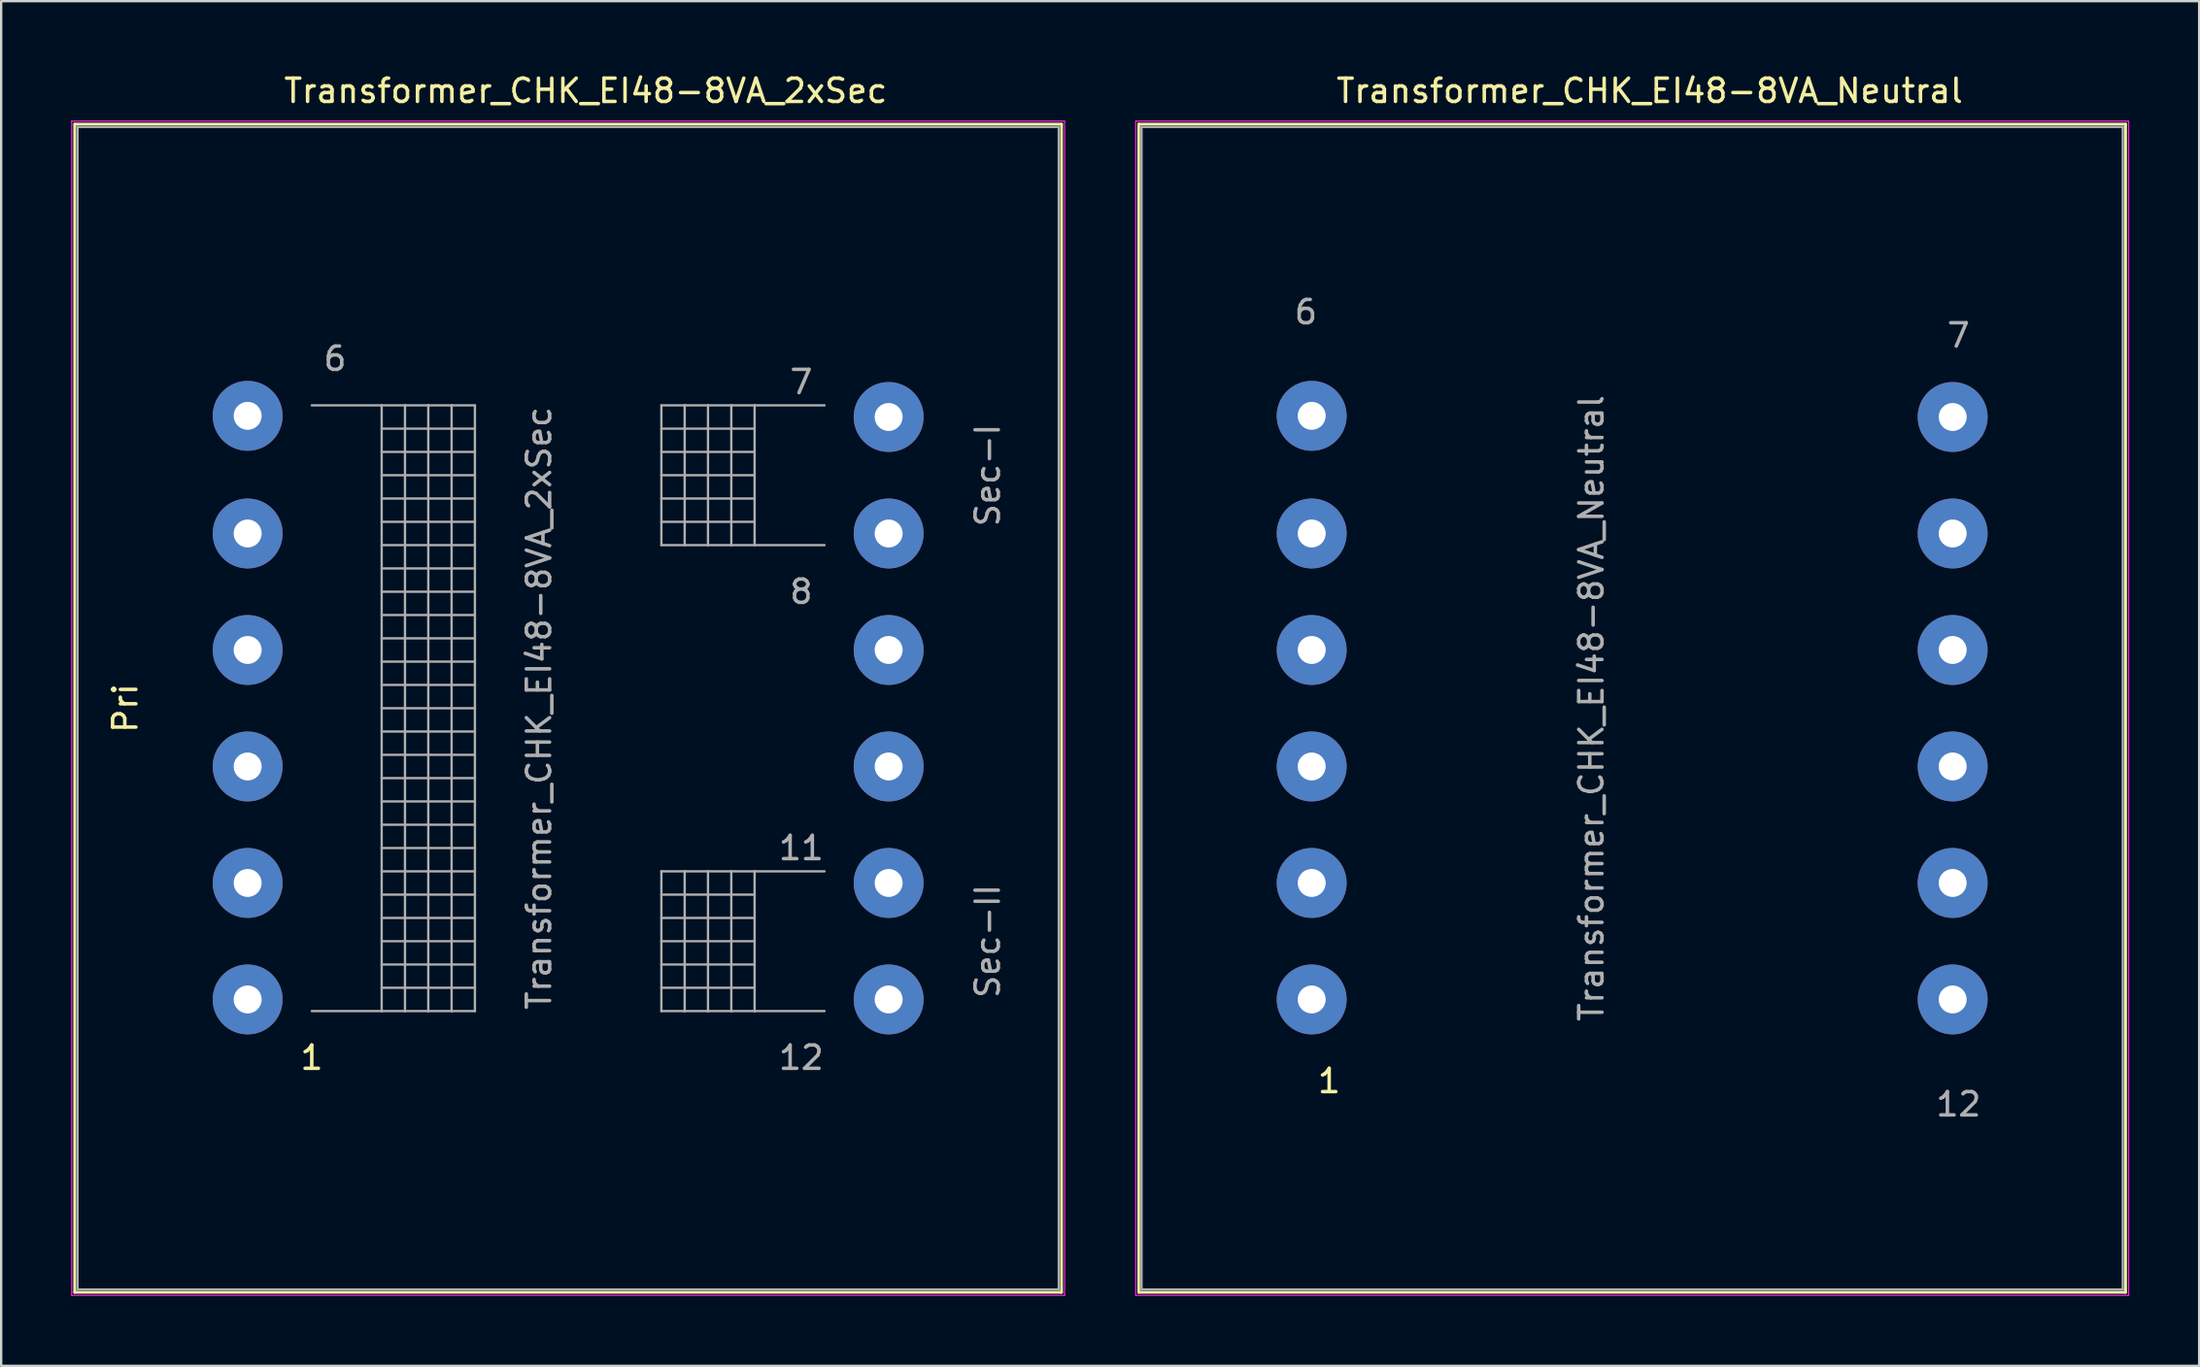
<source format=kicad_pcb>
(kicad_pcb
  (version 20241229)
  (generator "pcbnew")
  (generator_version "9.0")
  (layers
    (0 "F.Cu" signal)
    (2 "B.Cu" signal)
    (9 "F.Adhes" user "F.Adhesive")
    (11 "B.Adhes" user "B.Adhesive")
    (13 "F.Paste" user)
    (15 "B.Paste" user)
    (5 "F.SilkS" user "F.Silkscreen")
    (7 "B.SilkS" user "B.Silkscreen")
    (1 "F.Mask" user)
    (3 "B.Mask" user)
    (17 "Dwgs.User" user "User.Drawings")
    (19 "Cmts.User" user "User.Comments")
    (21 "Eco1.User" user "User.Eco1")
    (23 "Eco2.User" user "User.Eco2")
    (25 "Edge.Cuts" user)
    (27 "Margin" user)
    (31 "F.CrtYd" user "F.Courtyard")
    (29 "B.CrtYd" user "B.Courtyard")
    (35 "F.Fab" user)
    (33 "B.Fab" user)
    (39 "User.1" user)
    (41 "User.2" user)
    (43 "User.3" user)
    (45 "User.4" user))
  (footprint "Transformer_CHK_EI48-8VA_2xSec"
    (layer "F.Cu")
    (at 7.575 39.848)
    (property "Reference" "Transformer_CHK_EI48-8VA_2xSec" (at 14.5 -39 0) (layer "F.SilkS") (effects (font (size 1 1) (thickness 0.15))))
    (attr through_hole)
    (fp_line (start -7.42 -37.57) (end -7.42 12.57) (stroke (width 0.12) (type solid)) (layer "F.SilkS"))
    (fp_line (start -7.42 -37.57) (end 34.92 -37.57) (stroke (width 0.12) (type solid)) (layer "F.SilkS"))
    (fp_line (start 34.92 12.57) (end -7.42 12.57) (stroke (width 0.12) (type solid)) (layer "F.SilkS"))
    (fp_line (start 34.92 12.57) (end 34.92 -37.57) (stroke (width 0.12) (type solid)) (layer "F.SilkS"))
    (fp_line (start -7.55 -37.7) (end -7.55 12.7) (stroke (width 0.05) (type solid)) (layer "F.CrtYd"))
    (fp_line (start -7.55 -37.7) (end 35.05 -37.7) (stroke (width 0.05) (type solid)) (layer "F.CrtYd"))
    (fp_line (start 35.05 12.7) (end -7.55 12.7) (stroke (width 0.05) (type solid)) (layer "F.CrtYd"))
    (fp_line (start 35.05 12.7) (end 35.05 -37.7) (stroke (width 0.05) (type solid)) (layer "F.CrtYd"))
    (fp_line (start -7.3 -37.45) (end 34.8 -37.45) (stroke (width 0.1) (type solid)) (layer "F.Fab"))
    (fp_line (start -7.3 12.45) (end -7.3 -37.45) (stroke (width 0.1) (type solid)) (layer "F.Fab"))
    (fp_line (start 2.75 -25.5) (end 5.75 -25.5) (stroke (width 0.1) (type solid)) (layer "F.Fab"))
    (fp_line (start 5.75 -25.5) (end 5.75 0.5) (stroke (width 0.1) (type solid)) (layer "F.Fab"))
    (fp_line (start 5.75 -25.5) (end 6.75 -25.5) (stroke (width 0.1) (type solid)) (layer "F.Fab"))
    (fp_line (start 5.75 -24.5) (end 9.75 -24.5) (stroke (width 0.1) (type solid)) (layer "F.Fab"))
    (fp_line (start 5.75 -23.5) (end 9.75 -23.5) (stroke (width 0.1) (type solid)) (layer "F.Fab"))
    (fp_line (start 5.75 -22.5) (end 9.75 -22.5) (stroke (width 0.1) (type solid)) (layer "F.Fab"))
    (fp_line (start 5.75 -21.5) (end 9.75 -21.5) (stroke (width 0.1) (type solid)) (layer "F.Fab"))
    (fp_line (start 5.75 -20.5) (end 9.75 -20.5) (stroke (width 0.1) (type solid)) (layer "F.Fab"))
    (fp_line (start 5.75 -19.5) (end 9.75 -19.5) (stroke (width 0.1) (type solid)) (layer "F.Fab"))
    (fp_line (start 5.75 -18.5) (end 9.75 -18.5) (stroke (width 0.1) (type solid)) (layer "F.Fab"))
    (fp_line (start 5.75 -17.5) (end 9.75 -17.5) (stroke (width 0.1) (type solid)) (layer "F.Fab"))
    (fp_line (start 5.75 -16.5) (end 9.75 -16.5) (stroke (width 0.1) (type solid)) (layer "F.Fab"))
    (fp_line (start 5.75 -15.5) (end 9.75 -15.5) (stroke (width 0.1) (type solid)) (layer "F.Fab"))
    (fp_line (start 5.75 -13.5) (end 9.75 -13.5) (stroke (width 0.1) (type solid)) (layer "F.Fab"))
    (fp_line (start 5.75 -12.5) (end 9.75 -12.5) (stroke (width 0.1) (type solid)) (layer "F.Fab"))
    (fp_line (start 5.75 -10.5) (end 9.75 -10.5) (stroke (width 0.1) (type solid)) (layer "F.Fab"))
    (fp_line (start 5.75 -8.5) (end 9.75 -8.5) (stroke (width 0.1) (type solid)) (layer "F.Fab"))
    (fp_line (start 5.75 -6.5) (end 9.75 -6.5) (stroke (width 0.1) (type solid)) (layer "F.Fab"))
    (fp_line (start 5.75 -4.5) (end 9.75 -4.5) (stroke (width 0.1) (type solid)) (layer "F.Fab"))
    (fp_line (start 5.75 -2.5) (end 9.75 -2.5) (stroke (width 0.1) (type solid)) (layer "F.Fab"))
    (fp_line (start 5.75 -0.5) (end 9.75 -0.5) (stroke (width 0.1) (type solid)) (layer "F.Fab"))
    (fp_line (start 5.75 0.5) (end 2.75 0.5) (stroke (width 0.1) (type solid)) (layer "F.Fab"))
    (fp_line (start 6.75 -25.5) (end 6.75 0.5) (stroke (width 0.1) (type solid)) (layer "F.Fab"))
    (fp_line (start 6.75 -25.5) (end 7.75 -25.5) (stroke (width 0.1) (type solid)) (layer "F.Fab"))
    (fp_line (start 6.75 0.5) (end 5.75 0.5) (stroke (width 0.1) (type solid)) (layer "F.Fab"))
    (fp_line (start 7.75 -25.5) (end 7.75 0.5) (stroke (width 0.1) (type solid)) (layer "F.Fab"))
    (fp_line (start 7.75 -25.5) (end 8.75 -25.5) (stroke (width 0.1) (type solid)) (layer "F.Fab"))
    (fp_line (start 7.75 0.5) (end 6.75 0.5) (stroke (width 0.1) (type solid)) (layer "F.Fab"))
    (fp_line (start 8.75 -25.5) (end 8.75 0.5) (stroke (width 0.1) (type solid)) (layer "F.Fab"))
    (fp_line (start 8.75 -25.5) (end 9.75 -25.5) (stroke (width 0.1) (type solid)) (layer "F.Fab"))
    (fp_line (start 8.75 0.5) (end 7.75 0.5) (stroke (width 0.1) (type solid)) (layer "F.Fab"))
    (fp_line (start 9.75 -25.5) (end 9.75 0.5) (stroke (width 0.1) (type solid)) (layer "F.Fab"))
    (fp_line (start 9.75 -14.5) (end 5.75 -14.5) (stroke (width 0.1) (type solid)) (layer "F.Fab"))
    (fp_line (start 9.75 -11.5) (end 5.75 -11.5) (stroke (width 0.1) (type solid)) (layer "F.Fab"))
    (fp_line (start 9.75 -9.5) (end 5.75 -9.5) (stroke (width 0.1) (type solid)) (layer "F.Fab"))
    (fp_line (start 9.75 -7.5) (end 5.75 -7.5) (stroke (width 0.1) (type solid)) (layer "F.Fab"))
    (fp_line (start 9.75 -5.5) (end 5.75 -5.5) (stroke (width 0.1) (type solid)) (layer "F.Fab"))
    (fp_line (start 9.75 -3.5) (end 5.75 -3.5) (stroke (width 0.1) (type solid)) (layer "F.Fab"))
    (fp_line (start 9.75 -1.5) (end 5.75 -1.5) (stroke (width 0.1) (type solid)) (layer "F.Fab"))
    (fp_line (start 9.75 0.5) (end 8.75 0.5) (stroke (width 0.1) (type solid)) (layer "F.Fab"))
    (fp_line (start 17.75 -25.5) (end 17.75 -19.5) (stroke (width 0.1) (type solid)) (layer "F.Fab"))
    (fp_line (start 17.75 -24.5) (end 21.75 -24.5) (stroke (width 0.1) (type solid)) (layer "F.Fab"))
    (fp_line (start 17.75 -23.5) (end 21.75 -23.5) (stroke (width 0.1) (type solid)) (layer "F.Fab"))
    (fp_line (start 17.75 -22.5) (end 21.75 -22.5) (stroke (width 0.1) (type solid)) (layer "F.Fab"))
    (fp_line (start 17.75 -21.5) (end 21.75 -21.5) (stroke (width 0.1) (type solid)) (layer "F.Fab"))
    (fp_line (start 17.75 -20.5) (end 21.75 -20.5) (stroke (width 0.1) (type solid)) (layer "F.Fab"))
    (fp_line (start 17.75 -19.5) (end 18.75 -19.5) (stroke (width 0.1) (type solid)) (layer "F.Fab"))
    (fp_line (start 17.75 -5.5) (end 17.75 0.5) (stroke (width 0.1) (type solid)) (layer "F.Fab"))
    (fp_line (start 17.75 -4.5) (end 21.75 -4.5) (stroke (width 0.1) (type solid)) (layer "F.Fab"))
    (fp_line (start 17.75 -3.5) (end 21.75 -3.5) (stroke (width 0.1) (type solid)) (layer "F.Fab"))
    (fp_line (start 17.75 -2.5) (end 21.75 -2.5) (stroke (width 0.1) (type solid)) (layer "F.Fab"))
    (fp_line (start 17.75 -1.5) (end 21.75 -1.5) (stroke (width 0.1) (type solid)) (layer "F.Fab"))
    (fp_line (start 17.75 -0.5) (end 21.75 -0.5) (stroke (width 0.1) (type solid)) (layer "F.Fab"))
    (fp_line (start 17.75 0.5) (end 18.75 0.5) (stroke (width 0.1) (type solid)) (layer "F.Fab"))
    (fp_line (start 18.75 -25.5) (end 17.75 -25.5) (stroke (width 0.1) (type solid)) (layer "F.Fab"))
    (fp_line (start 18.75 -25.5) (end 18.75 -19.5) (stroke (width 0.1) (type solid)) (layer "F.Fab"))
    (fp_line (start 18.75 -19.5) (end 19.75 -19.5) (stroke (width 0.1) (type solid)) (layer "F.Fab"))
    (fp_line (start 18.75 -5.5) (end 17.75 -5.5) (stroke (width 0.1) (type solid)) (layer "F.Fab"))
    (fp_line (start 18.75 -5.5) (end 18.75 0.5) (stroke (width 0.1) (type solid)) (layer "F.Fab"))
    (fp_line (start 18.75 0.5) (end 19.75 0.5) (stroke (width 0.1) (type solid)) (layer "F.Fab"))
    (fp_line (start 19.75 -25.5) (end 18.75 -25.5) (stroke (width 0.1) (type solid)) (layer "F.Fab"))
    (fp_line (start 19.75 -25.5) (end 19.75 -19.5) (stroke (width 0.1) (type solid)) (layer "F.Fab"))
    (fp_line (start 19.75 -19.5) (end 20.75 -19.5) (stroke (width 0.1) (type solid)) (layer "F.Fab"))
    (fp_line (start 19.75 -5.5) (end 18.75 -5.5) (stroke (width 0.1) (type solid)) (layer "F.Fab"))
    (fp_line (start 19.75 -5.5) (end 19.75 0.5) (stroke (width 0.1) (type solid)) (layer "F.Fab"))
    (fp_line (start 19.75 0.5) (end 20.75 0.5) (stroke (width 0.1) (type solid)) (layer "F.Fab"))
    (fp_line (start 20.75 -25.5) (end 19.75 -25.5) (stroke (width 0.1) (type solid)) (layer "F.Fab"))
    (fp_line (start 20.75 -25.5) (end 20.75 -19.5) (stroke (width 0.1) (type solid)) (layer "F.Fab"))
    (fp_line (start 20.75 -19.5) (end 21.75 -19.5) (stroke (width 0.1) (type solid)) (layer "F.Fab"))
    (fp_line (start 20.75 -5.5) (end 19.75 -5.5) (stroke (width 0.1) (type solid)) (layer "F.Fab"))
    (fp_line (start 20.75 -5.5) (end 20.75 0.5) (stroke (width 0.1) (type solid)) (layer "F.Fab"))
    (fp_line (start 20.75 0.5) (end 21.75 0.5) (stroke (width 0.1) (type solid)) (layer "F.Fab"))
    (fp_line (start 21.75 -25.5) (end 20.75 -25.5) (stroke (width 0.1) (type solid)) (layer "F.Fab"))
    (fp_line (start 21.75 -25.5) (end 21.75 -19.5) (stroke (width 0.1) (type solid)) (layer "F.Fab"))
    (fp_line (start 21.75 -19.5) (end 24.75 -19.5) (stroke (width 0.1) (type solid)) (layer "F.Fab"))
    (fp_line (start 21.75 -5.5) (end 20.75 -5.5) (stroke (width 0.1) (type solid)) (layer "F.Fab"))
    (fp_line (start 21.75 -5.5) (end 21.75 0.5) (stroke (width 0.1) (type solid)) (layer "F.Fab"))
    (fp_line (start 21.75 0.5) (end 24.75 0.5) (stroke (width 0.1) (type solid)) (layer "F.Fab"))
    (fp_line (start 24.75 -25.5) (end 21.75 -25.5) (stroke (width 0.1) (type solid)) (layer "F.Fab"))
    (fp_line (start 24.75 -5.5) (end 21.75 -5.5) (stroke (width 0.1) (type solid)) (layer "F.Fab"))
    (fp_line (start 34.8 -37.45) (end 34.8 12.45) (stroke (width 0.1) (type solid)) (layer "F.Fab"))
    (fp_line (start 34.8 12.45) (end -7.3 12.45) (stroke (width 0.1) (type solid)) (layer "F.Fab"))
    (fp_text user "1" (at 2.75 2.5 0) (layer "F.SilkS") (effects (font (size 1 1) (thickness 0.15))))
    (fp_text user "Pri" (at -5.25 -12.5 90) (layer "F.SilkS") (effects (font (size 1 1) (thickness 0.15))))
    (fp_text user "${REFERENCE}" (at 12.5 -12.5 90) (layer "F.Fab") (effects (font (size 1 1) (thickness 0.15))))
    (fp_text user "6" (at 3.75 -27.5 0) (layer "F.Fab") (effects (font (size 1 1) (thickness 0.15))))
    (fp_text user "Sec-II" (at 31.75 -2.5 90) (layer "F.Fab") (effects (font (size 1 1) (thickness 0.15))))
    (fp_text user "12" (at 23.75 2.5 0) (layer "F.Fab") (effects (font (size 1 1) (thickness 0.15))))
    (fp_text user "7" (at 23.75 -26.5 0) (layer "F.Fab") (effects (font (size 1 1) (thickness 0.15))))
    (fp_text user "11" (at 23.75 -6.5 0) (layer "F.Fab") (effects (font (size 1 1) (thickness 0.15))))
    (fp_text user "8" (at 23.75 -17.5 0) (layer "F.Fab") (effects (font (size 1 1) (thickness 0.15))))
    (fp_text user "Sec-I" (at 31.75 -22.5 90) (layer "F.Fab") (effects (font (size 1 1) (thickness 0.15))))
    (pad "1" thru_hole circle (at 0 0) (size 3 3) (drill 1.2) (layers "*.Cu" "*.Mask"))
    (pad "2" thru_hole circle (at 0 -5) (size 3 3) (drill 1.2) (layers "*.Cu" "*.Mask"))
    (pad "3" thru_hole circle (at 0 -10) (size 3 3) (drill 1.2) (layers "*.Cu" "*.Mask"))
    (pad "4" thru_hole circle (at 0 -15) (size 3 3) (drill 1.2) (layers "*.Cu" "*.Mask"))
    (pad "5" thru_hole circle (at 0 -20) (size 3 3) (drill 1.2) (layers "*.Cu" "*.Mask"))
    (pad "6" thru_hole circle (at 0 -25.05) (size 3 3) (drill 1.2) (layers "*.Cu" "*.Mask"))
    (pad "7" thru_hole circle (at 27.5 -25) (size 3 3) (drill 1.2) (layers "*.Cu" "*.Mask"))
    (pad "8" thru_hole circle (at 27.5 -20) (size 3 3) (drill 1.2) (layers "*.Cu" "*.Mask"))
    (pad "9" thru_hole circle (at 27.5 -15) (size 3 3) (drill 1.2) (layers "*.Cu" "*.Mask"))
    (pad "10" thru_hole circle (at 27.5 -10) (size 3 3) (drill 1.2) (layers "*.Cu" "*.Mask"))
    (pad "11" thru_hole circle (at 27.5 -5) (size 3 3) (drill 1.2) (layers "*.Cu" "*.Mask"))
    (pad "12" thru_hole circle (at 27.5 0) (size 3 3) (drill 1.2) (layers "*.Cu" "*.Mask")))
  (footprint "Transformer_CHK_EI48-8VA_Neutral"
    (layer "F.Cu")
    (at 53.225 39.848)
    (property "Reference" "Transformer_CHK_EI48-8VA_Neutral" (at 14.5 -39 0) (layer "F.SilkS") (effects (font (size 1 1) (thickness 0.15))))
    (attr through_hole)
    (fp_line (start -7.42 -37.57) (end -7.42 12.57) (stroke (width 0.12) (type solid)) (layer "F.SilkS"))
    (fp_line (start -7.42 -37.57) (end 34.92 -37.57) (stroke (width 0.12) (type solid)) (layer "F.SilkS"))
    (fp_line (start 34.92 12.57) (end -7.42 12.57) (stroke (width 0.12) (type solid)) (layer "F.SilkS"))
    (fp_line (start 34.92 12.57) (end 34.92 -37.57) (stroke (width 0.12) (type solid)) (layer "F.SilkS"))
    (fp_line (start -7.55 -37.7) (end -7.55 12.7) (stroke (width 0.05) (type solid)) (layer "F.CrtYd"))
    (fp_line (start -7.55 -37.7) (end 35.05 -37.7) (stroke (width 0.05) (type solid)) (layer "F.CrtYd"))
    (fp_line (start 35.05 12.7) (end -7.55 12.7) (stroke (width 0.05) (type solid)) (layer "F.CrtYd"))
    (fp_line (start 35.05 12.7) (end 35.05 -37.7) (stroke (width 0.05) (type solid)) (layer "F.CrtYd"))
    (fp_line (start -7.3 -37.45) (end 34.8 -37.45) (stroke (width 0.1) (type solid)) (layer "F.Fab"))
    (fp_line (start -7.3 12.45) (end -7.3 -37.45) (stroke (width 0.1) (type solid)) (layer "F.Fab"))
    (fp_line (start 34.8 -37.45) (end 34.8 12.45) (stroke (width 0.1) (type solid)) (layer "F.Fab"))
    (fp_line (start 34.8 12.45) (end -7.3 12.45) (stroke (width 0.1) (type solid)) (layer "F.Fab"))
    (fp_text user "1" (at 0.75 3.5 0) (layer "F.SilkS") (effects (font (size 1 1) (thickness 0.15))))
    (fp_text user "7" (at 27.75 -28.5 0) (layer "F.Fab") (effects (font (size 1 1) (thickness 0.15))))
    (fp_text user "${REFERENCE}" (at 12 -12.5 90) (layer "F.Fab") (effects (font (size 1 1) (thickness 0.15))))
    (fp_text user "6" (at -0.25 -29.5 0) (layer "F.Fab") (effects (font (size 1 1) (thickness 0.15))))
    (fp_text user "12" (at 27.75 4.5 0) (layer "F.Fab") (effects (font (size 1 1) (thickness 0.15))))
    (pad "1" thru_hole circle (at 0 0) (size 3 3) (drill 1.2) (layers "*.Cu" "*.Mask"))
    (pad "2" thru_hole circle (at 0 -5) (size 3 3) (drill 1.2) (layers "*.Cu" "*.Mask"))
    (pad "3" thru_hole circle (at 0 -10) (size 3 3) (drill 1.2) (layers "*.Cu" "*.Mask"))
    (pad "4" thru_hole circle (at 0 -15) (size 3 3) (drill 1.2) (layers "*.Cu" "*.Mask"))
    (pad "5" thru_hole circle (at 0 -20) (size 3 3) (drill 1.2) (layers "*.Cu" "*.Mask"))
    (pad "6" thru_hole circle (at 0 -25.05) (size 3 3) (drill 1.2) (layers "*.Cu" "*.Mask"))
    (pad "7" thru_hole circle (at 27.5 -25) (size 3 3) (drill 1.2) (layers "*.Cu" "*.Mask"))
    (pad "8" thru_hole circle (at 27.5 -20) (size 3 3) (drill 1.2) (layers "*.Cu" "*.Mask"))
    (pad "9" thru_hole circle (at 27.5 -15) (size 3 3) (drill 1.2) (layers "*.Cu" "*.Mask"))
    (pad "10" thru_hole circle (at 27.5 -10) (size 3 3) (drill 1.2) (layers "*.Cu" "*.Mask"))
    (pad "11" thru_hole circle (at 27.5 -5) (size 3 3) (drill 1.2) (layers "*.Cu" "*.Mask"))
    (pad "12" thru_hole circle (at 27.5 0) (size 3 3) (drill 1.2) (layers "*.Cu" "*.Mask")))
  (gr_rect
    (start -3 -3)
    (end 91.3 55.573)
    (stroke (width 0.1) (type default))
    (fill no)
    (layer "Edge.Cuts")))
</source>
